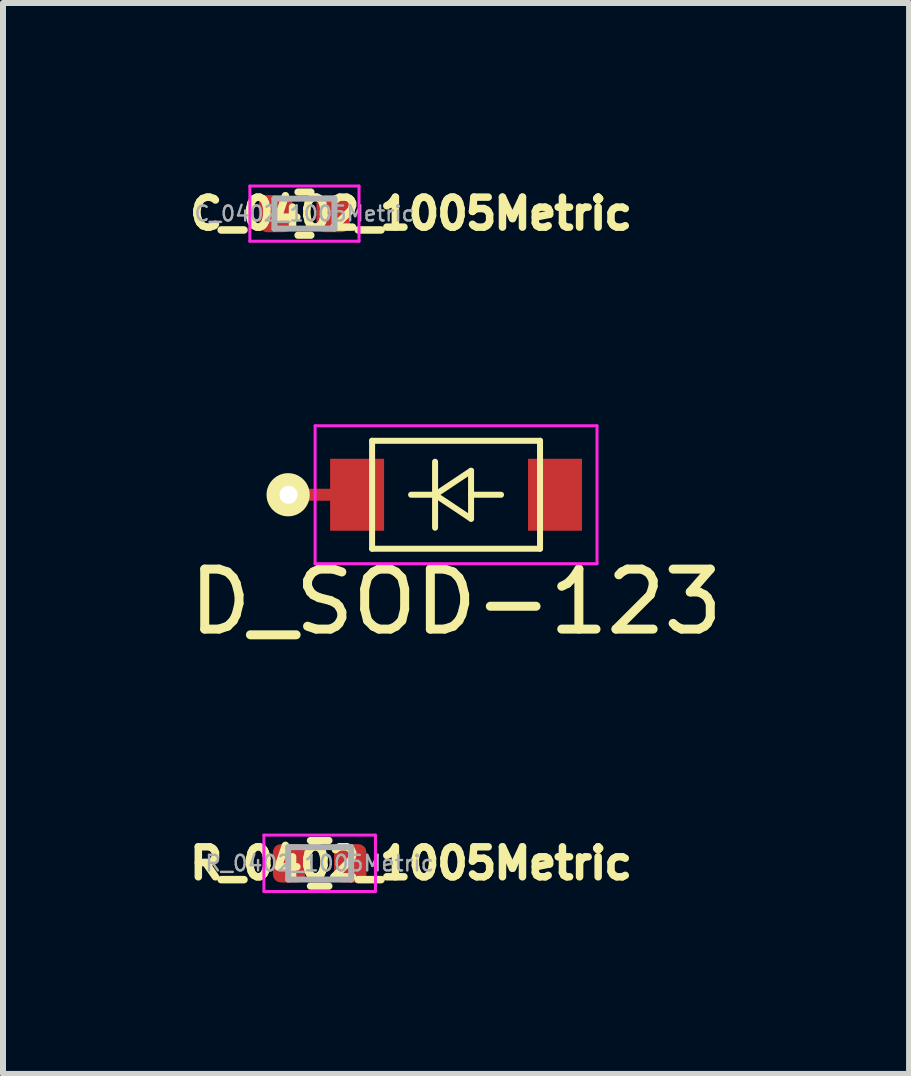
<source format=kicad_pcb>
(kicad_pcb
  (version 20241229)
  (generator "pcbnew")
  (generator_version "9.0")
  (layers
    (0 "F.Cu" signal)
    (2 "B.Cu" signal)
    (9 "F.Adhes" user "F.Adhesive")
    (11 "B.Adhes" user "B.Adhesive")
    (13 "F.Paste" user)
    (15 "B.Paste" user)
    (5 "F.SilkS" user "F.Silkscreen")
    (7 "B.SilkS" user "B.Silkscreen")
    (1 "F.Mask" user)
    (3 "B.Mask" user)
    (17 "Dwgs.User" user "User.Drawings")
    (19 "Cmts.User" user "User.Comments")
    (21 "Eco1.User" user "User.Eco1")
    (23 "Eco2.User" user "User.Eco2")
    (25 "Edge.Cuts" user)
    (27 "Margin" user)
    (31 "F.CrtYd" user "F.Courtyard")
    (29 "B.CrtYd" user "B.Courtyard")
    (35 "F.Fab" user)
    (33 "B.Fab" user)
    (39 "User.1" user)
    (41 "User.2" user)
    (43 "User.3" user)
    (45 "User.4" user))
  (footprint "R_0402_1005Metric"
    (layer "F.Cu")
    (at 2.28 11.344)
    (property "Reference" "R_0402_1005Metric" (at 1.524 0 180) (layer "F.SilkS") (effects (font (size 0.5 0.5) (thickness 0.125))))
    (attr smd)
    (fp_line (start -0.154 -0.38) (end 0.154 -0.38) (stroke (width 0.12) (type solid)) (layer "F.SilkS"))
    (fp_line (start -0.154 0.38) (end 0.154 0.38) (stroke (width 0.12) (type solid)) (layer "F.SilkS"))
    (fp_line (start -0.93 -0.47) (end 0.93 -0.47) (stroke (width 0.05) (type solid)) (layer "F.CrtYd"))
    (fp_line (start -0.93 0.47) (end -0.93 -0.47) (stroke (width 0.05) (type solid)) (layer "F.CrtYd"))
    (fp_line (start 0.93 -0.47) (end 0.93 0.47) (stroke (width 0.05) (type solid)) (layer "F.CrtYd"))
    (fp_line (start 0.93 0.47) (end -0.93 0.47) (stroke (width 0.05) (type solid)) (layer "F.CrtYd"))
    (fp_line (start -0.525 -0.27) (end 0.525 -0.27) (stroke (width 0.1) (type solid)) (layer "F.Fab"))
    (fp_line (start -0.525 0.27) (end -0.525 -0.27) (stroke (width 0.1) (type solid)) (layer "F.Fab"))
    (fp_line (start 0.525 -0.27) (end 0.525 0.27) (stroke (width 0.1) (type solid)) (layer "F.Fab"))
    (fp_line (start 0.525 0.27) (end -0.525 0.27) (stroke (width 0.1) (type solid)) (layer "F.Fab"))
    (fp_text user "${REFERENCE}" (at 0 0 180) (layer "F.Fab") (effects (font (size 0.26 0.26) (thickness 0.04))))
    (pad "1" smd roundrect (at -0.51 0) (size 0.54 0.64) (layers "F.Cu" "F.Mask" "F.Paste") (roundrect_rratio 0.25))
    (pad "2" smd roundrect (at 0.51 0) (size 0.54 0.64) (layers "F.Cu" "F.Mask" "F.Paste") (roundrect_rratio 0.25)))
  (footprint "D_SOD-123"
    (layer "F.Cu")
    (at 4.554 5.199)
    (property "Reference" "D_SOD-123" (at 0 1.785 180) (layer "F.SilkS") (effects (font (size 1 1) (thickness 0.15))))
    (attr smd)
    (fp_line (start -1.4 -0.9) (end 1.4 -0.9) (stroke (width 0.1) (type solid)) (layer "F.SilkS"))
    (fp_line (start -1.4 0.9) (end -1.4 -0.9) (stroke (width 0.1) (type solid)) (layer "F.SilkS"))
    (fp_line (start -0.75 0) (end -0.35 0) (stroke (width 0.1) (type solid)) (layer "F.SilkS"))
    (fp_line (start -0.35 0) (end -0.35 -0.55) (stroke (width 0.1) (type solid)) (layer "F.SilkS"))
    (fp_line (start -0.35 0) (end -0.35 0.55) (stroke (width 0.1) (type solid)) (layer "F.SilkS"))
    (fp_line (start -0.35 0) (end 0.25 -0.4) (stroke (width 0.1) (type solid)) (layer "F.SilkS"))
    (fp_line (start 0.25 -0.4) (end 0.25 0.4) (stroke (width 0.1) (type solid)) (layer "F.SilkS"))
    (fp_line (start 0.25 0) (end 0.75 0) (stroke (width 0.1) (type solid)) (layer "F.SilkS"))
    (fp_line (start 0.25 0.4) (end -0.35 0) (stroke (width 0.1) (type solid)) (layer "F.SilkS"))
    (fp_line (start 1.4 -0.9) (end 1.4 0.9) (stroke (width 0.1) (type solid)) (layer "F.SilkS"))
    (fp_line (start 1.4 0.9) (end -1.4 0.9) (stroke (width 0.1) (type solid)) (layer "F.SilkS"))
    (fp_circle (center -2.8 0) (end -2.5 0) (stroke (width 0.12) (type solid)) (fill yes) (layer "F.SilkS"))
    (fp_line (start -2.35 -1.15) (end -2.35 1.15) (stroke (width 0.05) (type solid)) (layer "F.CrtYd"))
    (fp_line (start -2.35 -1.15) (end 2.35 -1.15) (stroke (width 0.05) (type solid)) (layer "F.CrtYd"))
    (fp_line (start 2.35 -1.15) (end 2.35 1.15) (stroke (width 0.05) (type solid)) (layer "F.CrtYd"))
    (fp_line (start 2.35 1.15) (end -2.35 1.15) (stroke (width 0.05) (type solid)) (layer "F.CrtYd"))
    (pad "1" thru_hole circle (at -2.794 0) (size 0.6 0.6) (drill 0.3) (layers "*.Cu"))
    (pad "1" smd rect (at -2.286 0) (size 0.9 0.2) (layers "F.Cu"))
    (pad "1" smd rect (at -1.65 0) (size 0.9 1.2) (layers "F.Cu" "F.Mask" "F.Paste"))
    (pad "2" smd rect (at 1.65 0) (size 0.9 1.2) (layers "F.Cu" "F.Mask" "F.Paste")))
  (footprint "C_0402_1005Metric"
    (layer "F.Cu")
    (at 2.026 0.512)
    (property "Reference" "C_0402_1005Metric" (at 1.778 0 180) (layer "F.SilkS") (effects (font (size 0.5 0.5) (thickness 0.125))))
    (attr smd)
    (fp_line (start -0.108 -0.36) (end 0.108 -0.36) (stroke (width 0.12) (type solid)) (layer "F.SilkS"))
    (fp_line (start -0.108 0.36) (end 0.108 0.36) (stroke (width 0.12) (type solid)) (layer "F.SilkS"))
    (fp_line (start -0.91 -0.46) (end 0.91 -0.46) (stroke (width 0.05) (type solid)) (layer "F.CrtYd"))
    (fp_line (start -0.91 0.46) (end -0.91 -0.46) (stroke (width 0.05) (type solid)) (layer "F.CrtYd"))
    (fp_line (start 0.91 -0.46) (end 0.91 0.46) (stroke (width 0.05) (type solid)) (layer "F.CrtYd"))
    (fp_line (start 0.91 0.46) (end -0.91 0.46) (stroke (width 0.05) (type solid)) (layer "F.CrtYd"))
    (fp_line (start -0.5 -0.25) (end 0.5 -0.25) (stroke (width 0.1) (type solid)) (layer "F.Fab"))
    (fp_line (start -0.5 0.25) (end -0.5 -0.25) (stroke (width 0.1) (type solid)) (layer "F.Fab"))
    (fp_line (start 0.5 -0.25) (end 0.5 0.25) (stroke (width 0.1) (type solid)) (layer "F.Fab"))
    (fp_line (start 0.5 0.25) (end -0.5 0.25) (stroke (width 0.1) (type solid)) (layer "F.Fab"))
    (fp_text user "${REFERENCE}" (at 0 0 180) (layer "F.Fab") (effects (font (size 0.25 0.25) (thickness 0.04))))
    (pad "1" smd roundrect (at -0.48 0) (size 0.56 0.62) (layers "F.Cu" "F.Mask" "F.Paste") (roundrect_rratio 0.25))
    (pad "2" smd roundrect (at 0.48 0) (size 0.56 0.62) (layers "F.Cu" "F.Mask" "F.Paste") (roundrect_rratio 0.25)))
  (gr_rect
    (start -3 -3)
    (end 12.107 14.856)
    (stroke (width 0.1) (type default))
    (fill no)
    (layer "Edge.Cuts")))
</source>
